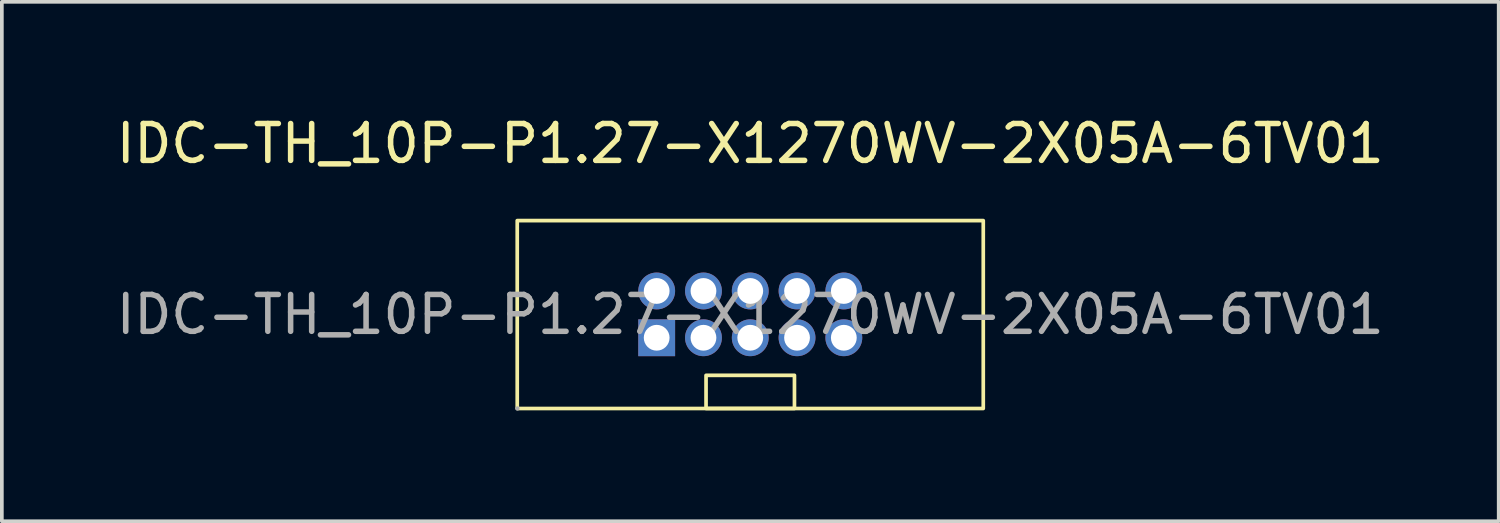
<source format=kicad_pcb>
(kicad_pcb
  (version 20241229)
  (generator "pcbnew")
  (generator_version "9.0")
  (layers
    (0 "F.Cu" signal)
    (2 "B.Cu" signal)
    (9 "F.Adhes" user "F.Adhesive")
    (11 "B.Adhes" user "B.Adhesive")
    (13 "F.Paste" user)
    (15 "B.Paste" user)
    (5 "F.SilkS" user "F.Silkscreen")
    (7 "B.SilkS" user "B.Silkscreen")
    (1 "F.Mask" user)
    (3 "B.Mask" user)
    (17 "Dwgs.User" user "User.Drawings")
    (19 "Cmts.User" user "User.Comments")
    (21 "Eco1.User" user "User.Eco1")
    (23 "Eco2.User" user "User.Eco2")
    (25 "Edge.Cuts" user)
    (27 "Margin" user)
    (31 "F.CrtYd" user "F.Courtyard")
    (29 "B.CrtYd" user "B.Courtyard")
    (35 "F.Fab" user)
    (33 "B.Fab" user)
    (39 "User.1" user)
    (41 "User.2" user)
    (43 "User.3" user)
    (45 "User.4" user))
  (footprint "IDC-TH_10P-P1.27-X1270WV-2X05A-6TV01"
    (layer "F.Cu")
    (at 17.315 5.488)
    (property "Reference" "IDC-TH_10P-P1.27-X1270WV-2X05A-6TV01" (at 0 -4.64 0) (layer "F.SilkS") (effects (font (size 1 1) (thickness 0.15))))
    (attr through_hole)
    (fp_rect (start -6.325 -2.55) (end 6.325 2.55) (stroke (width 0.1) (type default)) (fill no) (layer "F.SilkS"))
    (fp_rect (start -1.2 1.65) (end 1.2 2.55) (stroke (width 0.1) (type default)) (fill no) (layer "F.SilkS"))
    (fp_circle (center -6.32 2.55) (end -6.29 2.55) (stroke (width 0.06) (type solid)) (fill no) (layer "F.Fab"))
    (fp_text user "${REFERENCE}" (at 0 0 0) (layer "F.Fab") (effects (font (size 1 1) (thickness 0.15))))
    (pad "1" thru_hole rect (at -2.54 0.63) (size 1 1) (drill 0.7) (layers "*.Cu" "*.Mask"))
    (pad "2" thru_hole circle (at -2.54 -0.64) (size 1 1) (drill 0.7) (layers "*.Cu" "*.Mask"))
    (pad "3" thru_hole circle (at -1.27 0.63) (size 1 1) (drill 0.7) (layers "*.Cu" "*.Mask"))
    (pad "4" thru_hole circle (at -1.27 -0.64) (size 1 1) (drill 0.7) (layers "*.Cu" "*.Mask"))
    (pad "5" thru_hole circle (at 0 0.63) (size 1 1) (drill 0.7) (layers "*.Cu" "*.Mask"))
    (pad "6" thru_hole circle (at 0 -0.64) (size 1 1) (drill 0.7) (layers "*.Cu" "*.Mask"))
    (pad "7" thru_hole circle (at 1.27 0.63) (size 1 1) (drill 0.7) (layers "*.Cu" "*.Mask"))
    (pad "8" thru_hole circle (at 1.27 -0.64) (size 1 1) (drill 0.7) (layers "*.Cu" "*.Mask"))
    (pad "9" thru_hole circle (at 2.54 0.63) (size 1 1) (drill 0.7) (layers "*.Cu" "*.Mask"))
    (pad "10" thru_hole circle (at 2.54 -0.64) (size 1 1) (drill 0.7) (layers "*.Cu" "*.Mask")))
  (gr_rect
    (start -3 -3)
    (end 37.631 11.098)
    (stroke (width 0.1) (type default))
    (fill no)
    (layer "Edge.Cuts")))
</source>
